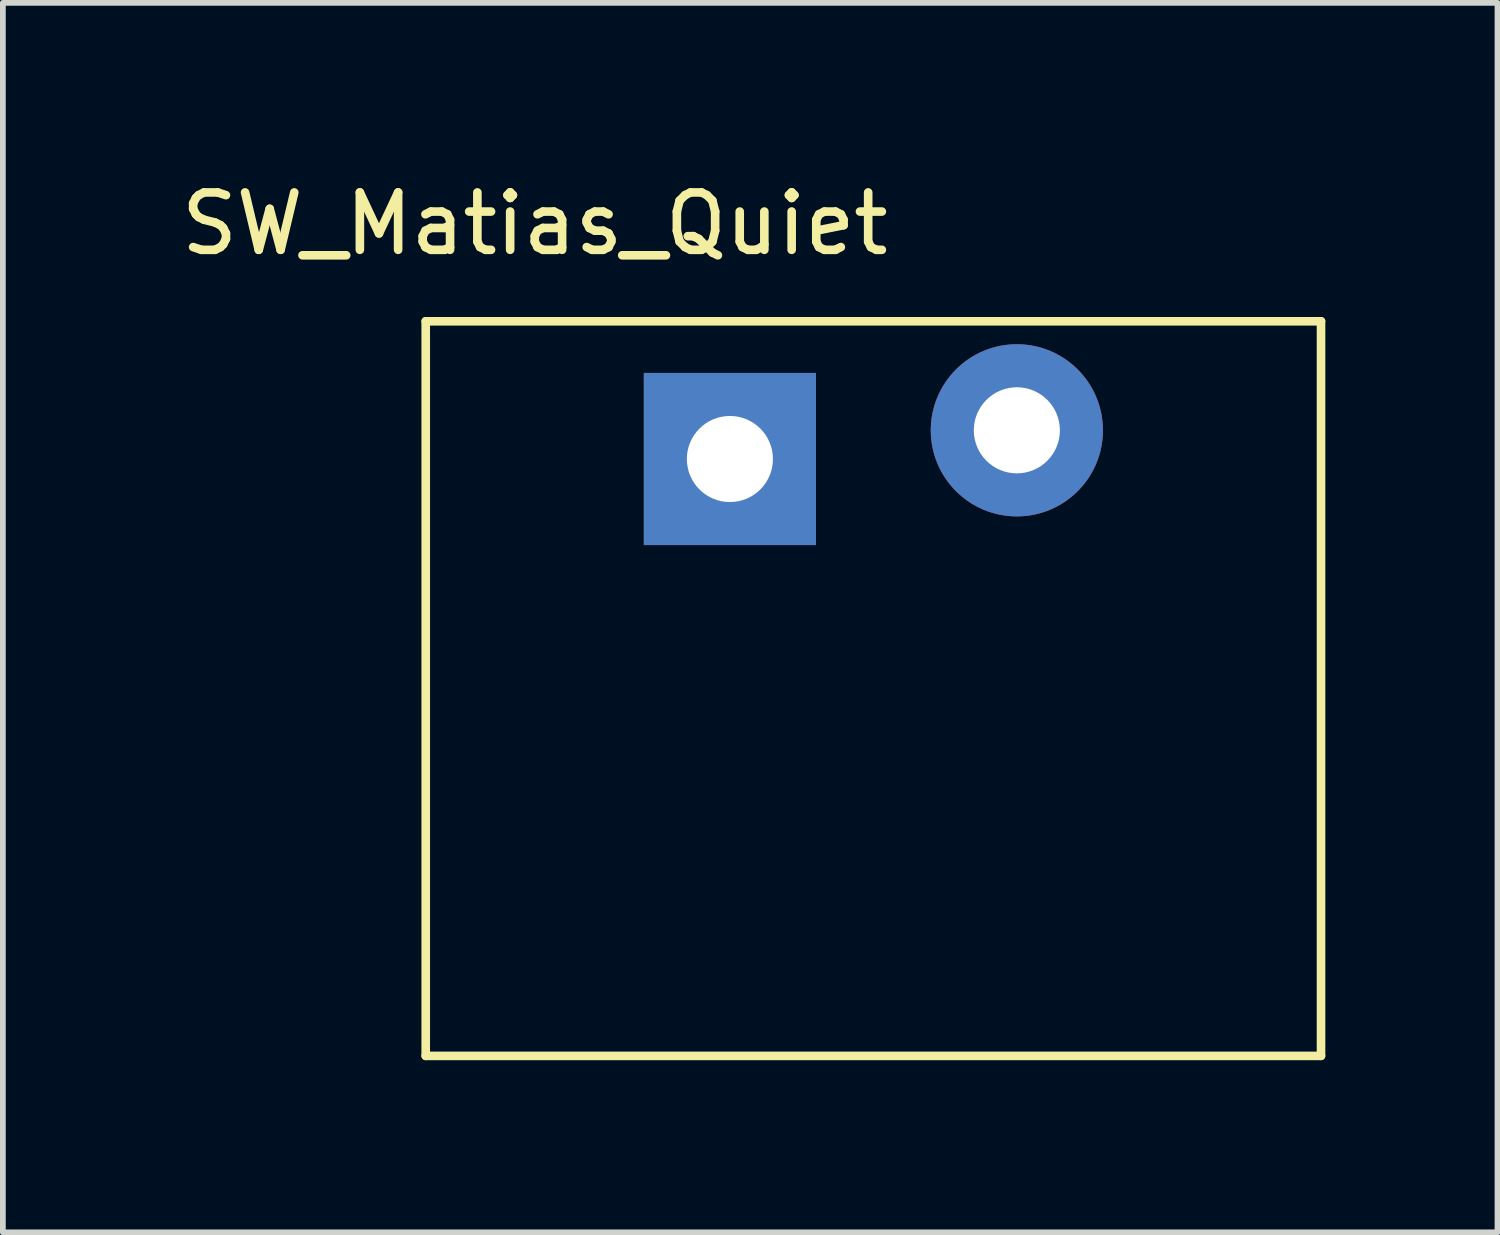
<source format=kicad_pcb>
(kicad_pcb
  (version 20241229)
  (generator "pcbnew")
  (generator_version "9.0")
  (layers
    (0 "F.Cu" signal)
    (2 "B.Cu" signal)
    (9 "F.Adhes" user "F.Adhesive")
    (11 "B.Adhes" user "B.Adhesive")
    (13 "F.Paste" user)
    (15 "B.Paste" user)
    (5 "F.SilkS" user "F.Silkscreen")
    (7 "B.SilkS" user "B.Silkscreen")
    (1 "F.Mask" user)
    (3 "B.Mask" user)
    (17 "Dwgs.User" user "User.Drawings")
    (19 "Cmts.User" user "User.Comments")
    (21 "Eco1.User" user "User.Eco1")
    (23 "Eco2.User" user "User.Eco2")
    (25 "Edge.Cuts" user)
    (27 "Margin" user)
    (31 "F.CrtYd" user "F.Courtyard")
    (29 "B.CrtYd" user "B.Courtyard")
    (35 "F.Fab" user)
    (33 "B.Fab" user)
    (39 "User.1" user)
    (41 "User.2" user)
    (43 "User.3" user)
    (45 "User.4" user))
  (footprint "SW_Matias_Quiet"
    (layer "F.Cu")
    (at 12.168 8.948)
    (property "Reference" "SW_Matias_Quiet" (at -5.9 -8.1 0) (layer "F.SilkS") (effects (font (size 1 1) (thickness 0.15))))
    (attr through_hole)
    (fp_line (start -7.8 -6.4) (end -7.8 6.4) (stroke (width 0.15) (type solid)) (layer "F.SilkS"))
    (fp_line (start -7.8 6.4) (end 7.8 6.4) (stroke (width 0.15) (type solid)) (layer "F.SilkS"))
    (fp_line (start 7.8 -6.4) (end -7.8 -6.4) (stroke (width 0.15) (type solid)) (layer "F.SilkS"))
    (fp_line (start 7.8 6.4) (end 7.8 -6.4) (stroke (width 0.15) (type solid)) (layer "F.SilkS"))
    (pad "1" thru_hole rect (at -2.5 -4) (size 3 3) (drill 1.5) (layers "*.Cu" "*.Mask"))
    (pad "2" thru_hole circle (at 2.5 -4.5) (size 3 3) (drill 1.5) (layers "*.Cu" "*.Mask")))
  (gr_rect
    (start -3 -3)
    (end 23.043 18.423)
    (stroke (width 0.1) (type default))
    (fill no)
    (layer "Edge.Cuts")))
</source>
